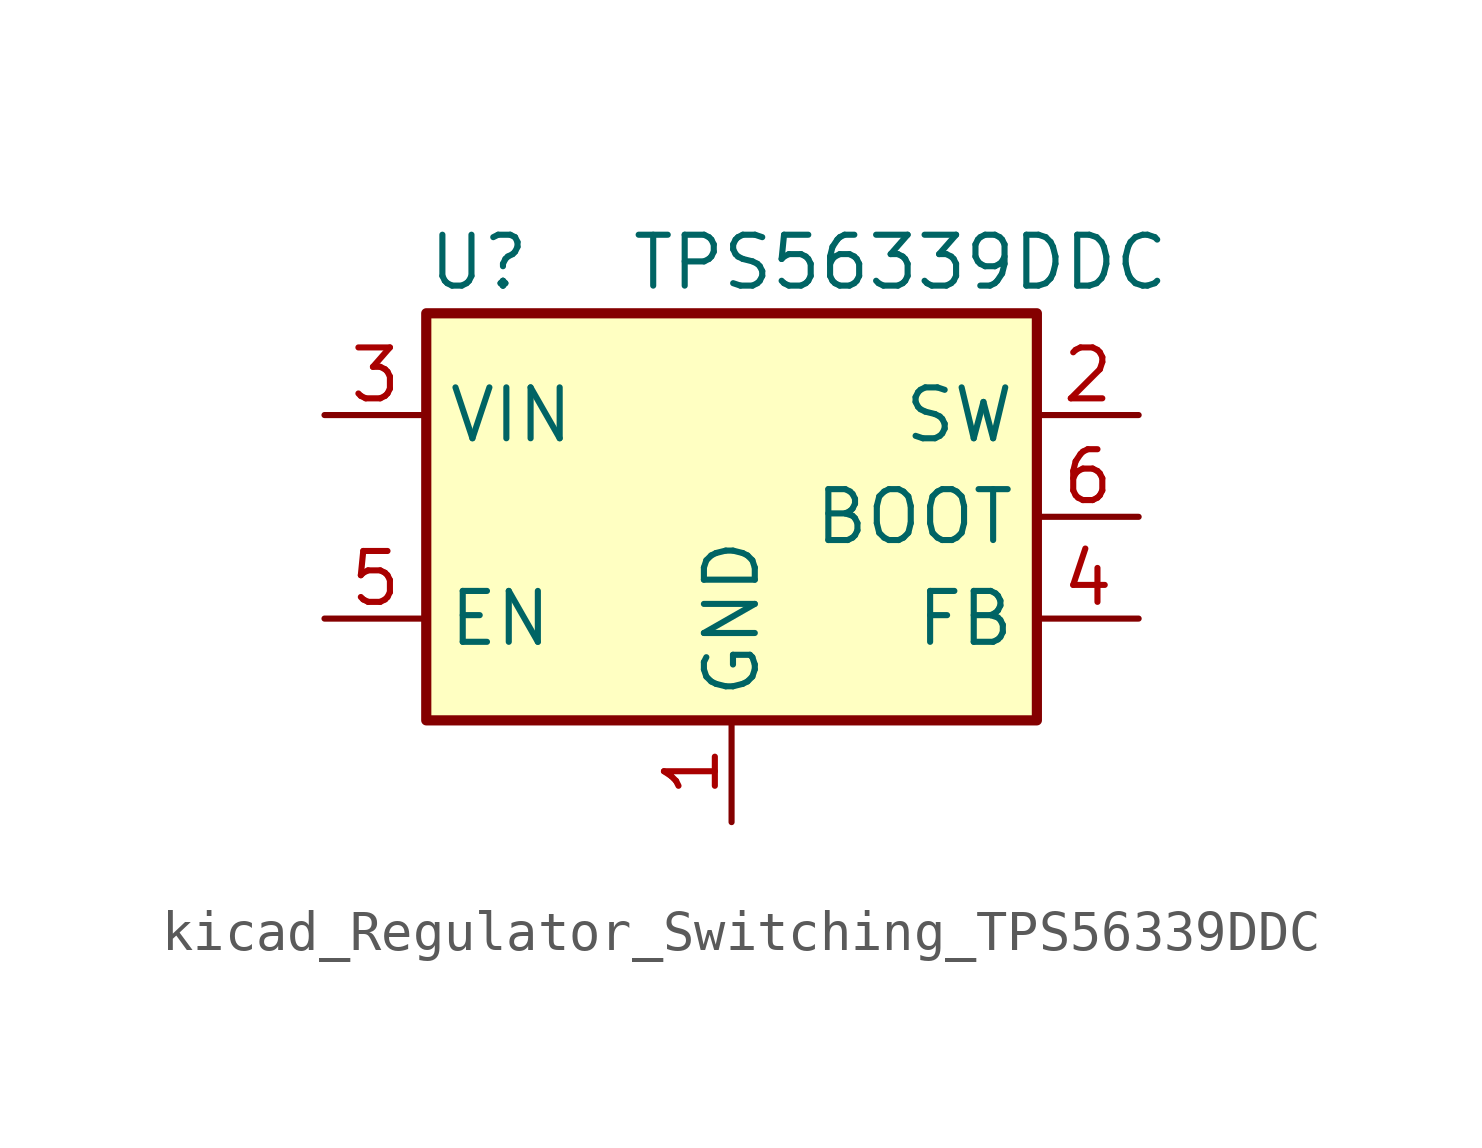
<source format=kicad_sym>
(kicad_symbol_lib
  (version 20220914)
  (generator kicad_symbol_editor)
  (symbol "kicad_Regulator_Switching_TPS56339DDC"
    (property "Reference" "U"
      (at -7.62 6.35 0)
      (effects (font (size 1.27 1.27)) (justify left)))
    (property "Value" "TPS56339DDC"
      (at -2.54 6.35 0)
      (effects (font (size 1.27 1.27)) (justify left)))
    (symbol "kicad_Regulator_Switching_TPS56339DDC_0_1"
      (rectangle (start -7.62 5.08) (end 7.62 -5.08) (stroke (width 0.254) (type default)) (fill (type background))))
    (symbol "kicad_Regulator_Switching_TPS56339DDC_1_1"
      (pin power_in line (at 0 -7.62 90) (length 2.54) (name "GND" (effects (font (size 1.27 1.27)))) (number "1" (effects (font (size 1.27 1.27)))))
      (pin power_out line (at 10.16 2.54 180) (length 2.54) (name "SW" (effects (font (size 1.27 1.27)))) (number "2" (effects (font (size 1.27 1.27)))))
      (pin power_in line (at -10.16 2.54 0) (length 2.54) (name "VIN" (effects (font (size 1.27 1.27)))) (number "3" (effects (font (size 1.27 1.27)))))
      (pin input line (at 10.16 -2.54 180) (length 2.54) (name "FB" (effects (font (size 1.27 1.27)))) (number "4" (effects (font (size 1.27 1.27)))))
      (pin input line (at -10.16 -2.54 0) (length 2.54) (name "EN" (effects (font (size 1.27 1.27)))) (number "5" (effects (font (size 1.27 1.27)))))
      (pin passive line (at 10.16 0 180) (length 2.54) (name "BOOT" (effects (font (size 1.27 1.27)))) (number "6" (effects (font (size 1.27 1.27))))))))
</source>
